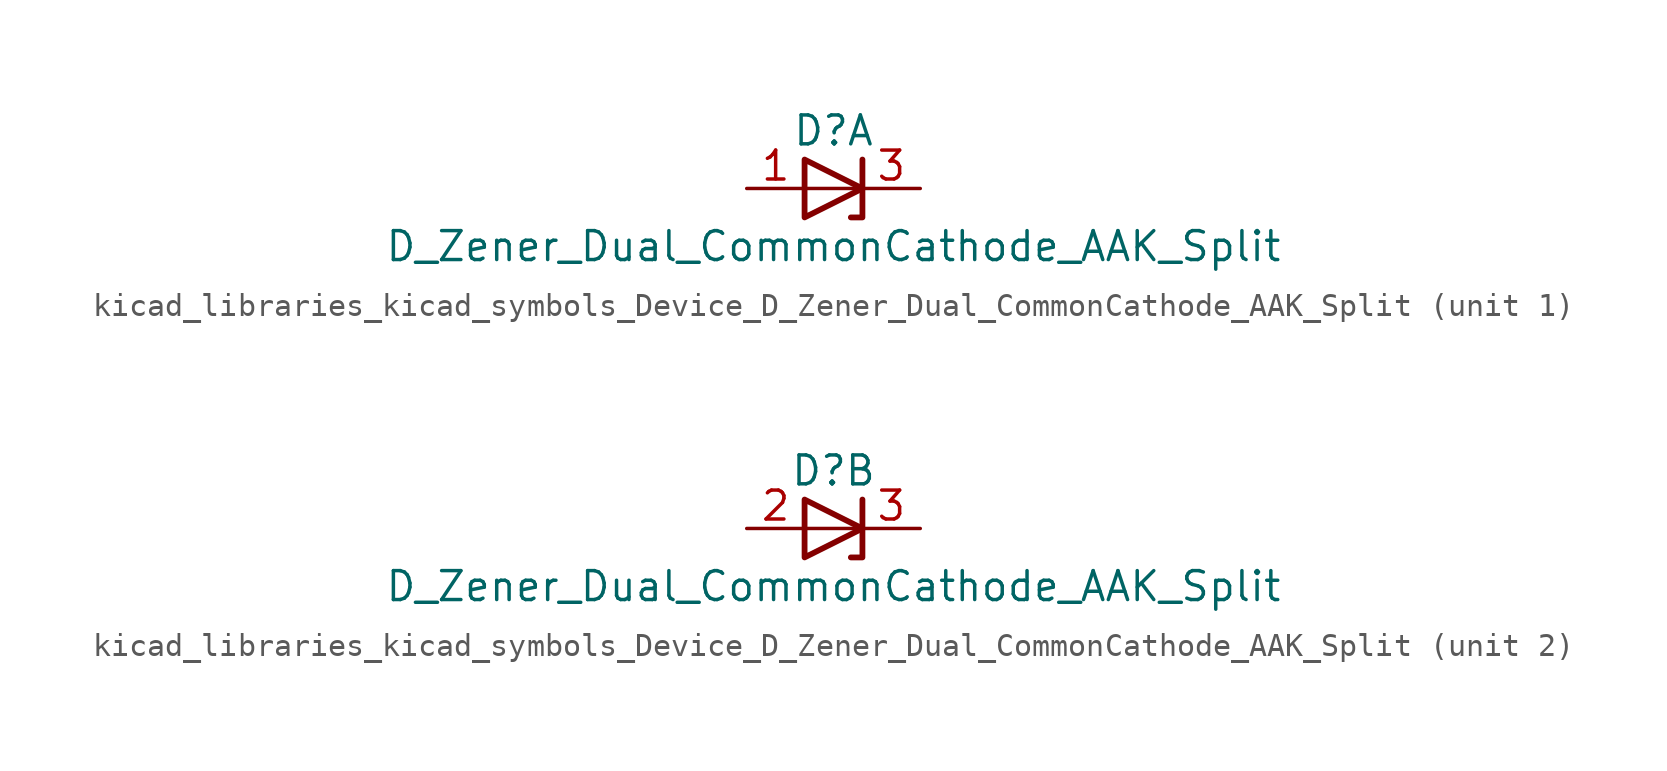
<source format=kicad_sym>
(kicad_symbol_lib
  (version 20220914)
  (generator kicad_symbol_editor)
  (symbol "kicad_libraries_kicad_symbols_Device_D_Zener_Dual_CommonCathode_AAK_Split"
    (pin_names
      (offset 0.762) hide)
    (property "Reference" "D"
      (at 0 2.54 0)
      (effects (font (size 1.27 1.27))))
    (property "Value" "D_Zener_Dual_CommonCathode_AAK_Split"
      (at 0 -2.54 0)
      (effects (font (size 1.27 1.27))))
    (property "ki_locked" ""
      (at 0 0 0)
      (effects (font (size 1.27 1.27))))
    (symbol "kicad_libraries_kicad_symbols_Device_D_Zener_Dual_CommonCathode_AAK_Split_0_0"
      (polyline (pts (xy 1.27 1.27) (xy 1.27 -1.27) (xy 0.762 -1.27)) (stroke (width 0.254) (type default)) (fill (type none))))
    (symbol "kicad_libraries_kicad_symbols_Device_D_Zener_Dual_CommonCathode_AAK_Split_0_1"
      (polyline (pts (xy 1.27 0) (xy -1.27 0)) (stroke (width 0) (type default)) (fill (type none)))
      (polyline (pts (xy -1.27 1.27) (xy 1.27 0) (xy -1.27 -1.27) (xy -1.27 1.27) (xy -1.27 1.27) (xy -1.27 1.27)) (stroke (width 0.254) (type default)) (fill (type none)))
      (pin passive line (at 3.81 0 180) (length 2.54) (name "K" (effects (font (size 1.27 1.27)))) (number "3" (effects (font (size 1.27 1.27))))))
    (symbol "kicad_libraries_kicad_symbols_Device_D_Zener_Dual_CommonCathode_AAK_Split_1_1"
      (pin passive line (at -3.81 0 0) (length 2.54) (name "A" (effects (font (size 1.27 1.27)))) (number "1" (effects (font (size 1.27 1.27))))))
    (symbol "kicad_libraries_kicad_symbols_Device_D_Zener_Dual_CommonCathode_AAK_Split_2_1"
      (pin passive line (at -3.81 0 0) (length 2.54) (name "K" (effects (font (size 1.27 1.27)))) (number "2" (effects (font (size 1.27 1.27))))))))
</source>
